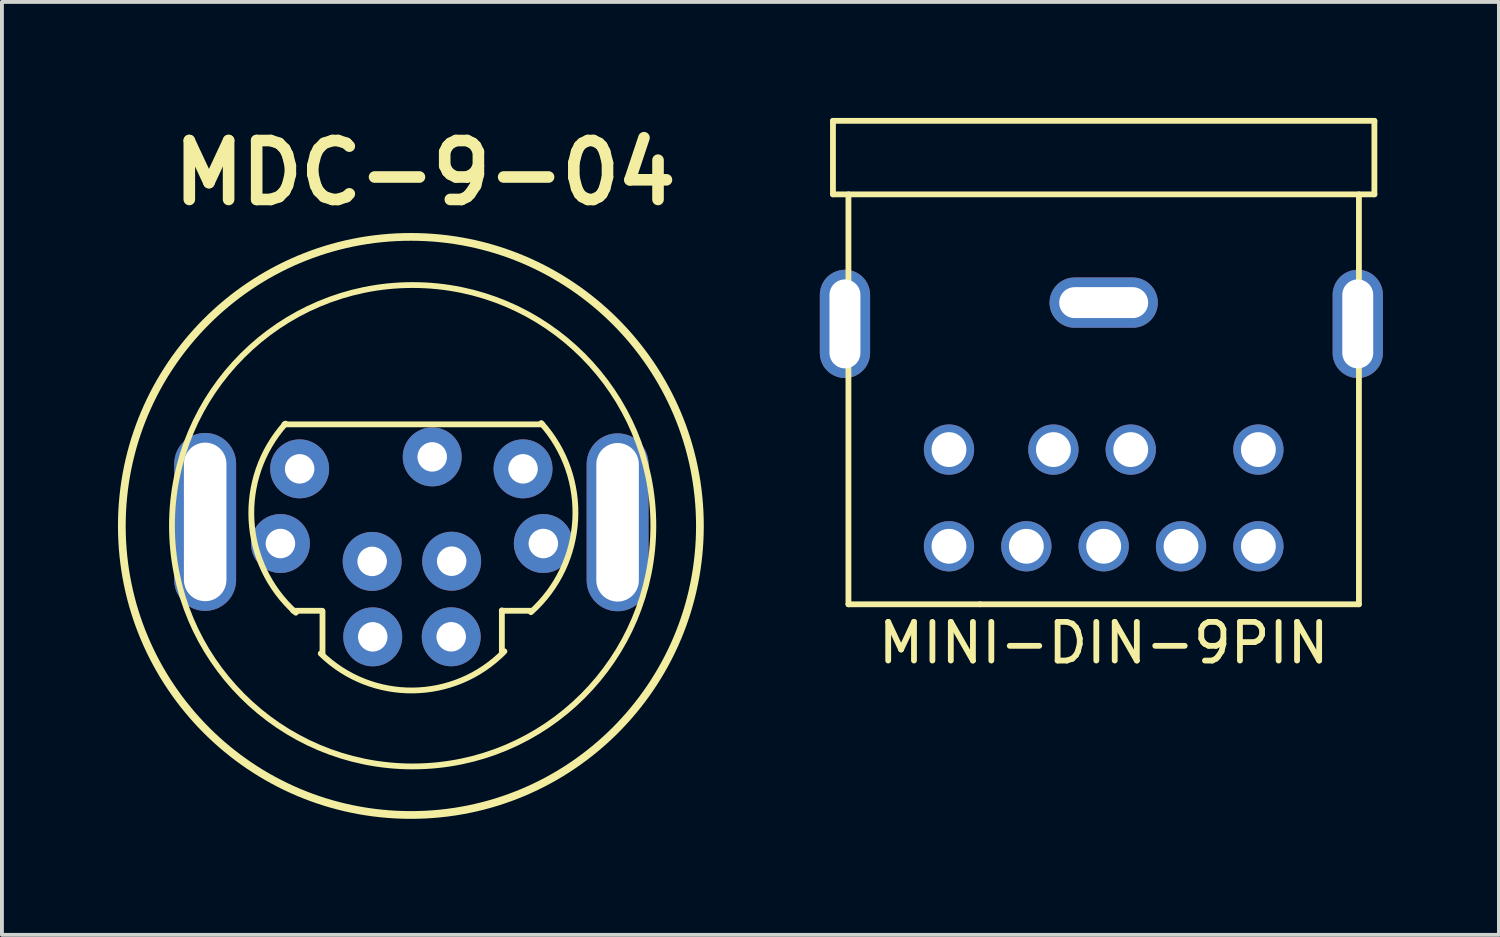
<source format=kicad_pcb>
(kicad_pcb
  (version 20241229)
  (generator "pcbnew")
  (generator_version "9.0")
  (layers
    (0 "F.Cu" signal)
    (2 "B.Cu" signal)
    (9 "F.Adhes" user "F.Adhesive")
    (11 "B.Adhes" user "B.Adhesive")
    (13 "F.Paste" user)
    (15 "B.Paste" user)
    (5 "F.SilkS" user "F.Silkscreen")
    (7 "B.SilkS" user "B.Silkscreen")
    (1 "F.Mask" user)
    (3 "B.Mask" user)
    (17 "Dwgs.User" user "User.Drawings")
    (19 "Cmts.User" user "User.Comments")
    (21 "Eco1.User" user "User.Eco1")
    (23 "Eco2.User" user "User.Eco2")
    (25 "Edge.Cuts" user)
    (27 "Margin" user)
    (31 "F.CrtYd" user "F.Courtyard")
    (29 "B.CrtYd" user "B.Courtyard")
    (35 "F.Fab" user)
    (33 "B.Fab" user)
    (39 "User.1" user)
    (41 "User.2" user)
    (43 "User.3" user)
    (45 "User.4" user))
  (footprint "MINI-DIN-9PIN"
    (layer "F.Cu")
    (at 25.488 11.075)
    (property "Reference" "MINI-DIN-9PIN" (at 0 2.5 0) (layer "F.SilkS") (effects (font (size 1 1) (thickness 0.15))))
    (attr through_hole)
    (fp_line (start -7 -11) (end 7 -11) (stroke (width 0.15) (type solid)) (layer "F.SilkS"))
    (fp_line (start -7 -9.1) (end -7 -11) (stroke (width 0.15) (type solid)) (layer "F.SilkS"))
    (fp_line (start -7 -9.1) (end 7 -9.1) (stroke (width 0.15) (type solid)) (layer "F.SilkS"))
    (fp_line (start -6.6 -9.1) (end -6.6 1.5) (stroke (width 0.15) (type solid)) (layer "F.SilkS"))
    (fp_line (start -3.2 1.5) (end -6.6 1.5) (stroke (width 0.15) (type solid)) (layer "F.SilkS"))
    (fp_line (start 6.6 -9.1) (end 6.6 1.5) (stroke (width 0.15) (type solid)) (layer "F.SilkS"))
    (fp_line (start 6.6 1.5) (end -3.2 1.5) (stroke (width 0.15) (type solid)) (layer "F.SilkS"))
    (fp_line (start 7 -9.1) (end 7 -11) (stroke (width 0.15) (type solid)) (layer "F.SilkS"))
    (pad "1" thru_hole circle (at -1.3 -2.5) (size 1.3 1.3) (drill 0.9) (layers "*.Cu" "*.Mask"))
    (pad "2" thru_hole circle (at 0.7 -2.5) (size 1.3 1.3) (drill 0.9) (layers "*.Cu" "*.Mask"))
    (pad "3" thru_hole circle (at -4 -2.5) (size 1.3 1.3) (drill 0.9) (layers "*.Cu" "*.Mask"))
    (pad "4" thru_hole circle (at -2 0) (size 1.3 1.3) (drill 0.9) (layers "*.Cu" "*.Mask"))
    (pad "5" thru_hole circle (at 0 0) (size 1.3 1.3) (drill 0.9) (layers "*.Cu" "*.Mask"))
    (pad "6" thru_hole circle (at 4 -2.5) (size 1.3 1.3) (drill 0.9) (layers "*.Cu" "*.Mask"))
    (pad "7" thru_hole circle (at -4 0) (size 1.3 1.3) (drill 0.9) (layers "*.Cu" "*.Mask"))
    (pad "8" thru_hole circle (at 2 0) (size 1.3 1.3) (drill 0.9) (layers "*.Cu" "*.Mask"))
    (pad "9" thru_hole circle (at 4 0) (size 1.3 1.3) (drill 0.9) (layers "*.Cu" "*.Mask"))
    (pad "SH" thru_hole oval (at -6.69 -5.75 90) (size 2.8 1.3) (drill oval 2.3 0.8) (layers "*.Cu" "*.Mask"))
    (pad "SH" thru_hole oval (at 0 -6.3) (size 2.8 1.3) (drill oval 2.3 0.8) (layers "*.Cu" "*.Mask"))
    (pad "SH" thru_hole oval (at 6.57 -5.75 90) (size 2.8 1.3) (drill oval 2.3 0.8) (layers "*.Cu" "*.Mask")))
  (footprint "MDC-9-04"
    (layer "F.Cu")
    (at 7.379 11.7)
    (property "Reference" "MDC-9-04" (at 0.562 -10.282 0) (layer "F.SilkS") (effects (font (size 1.524 1.524) (thickness 0.3))))
    (attr through_hole)
    (fp_line (start -3.076 -3.777) (end 3.591 -3.777) (stroke (width 0.15) (type solid)) (layer "F.SilkS"))
    (fp_line (start -2.847 1.043) (end -2.095 1.043) (stroke (width 0.15) (type solid)) (layer "F.SilkS"))
    (fp_line (start -2.09 1.061) (end -2.09 2.179) (stroke (width 0.15) (type solid)) (layer "F.SilkS"))
    (fp_line (start 2.545 1.043) (end 3.297 1.043) (stroke (width 0.15) (type solid)) (layer "F.SilkS"))
    (fp_line (start 2.548 1.033) (end 2.548 2.151) (stroke (width 0.15) (type solid)) (layer "F.SilkS"))
    (fp_arc (start -2.78 1.093) (mid -3.926045 -1.296202) (end -3.047 -3.796) (stroke (width 0.15) (type solid)) (layer "F.SilkS"))
    (fp_arc (start 2.614 2.092) (mid 0.250598 3.103757) (end -2.136 2.148) (stroke (width 0.15) (type solid)) (layer "F.SilkS"))
    (fp_arc (start 3.566 -3.81) (mid 4.445045 -1.310202) (end 3.299 1.079) (stroke (width 0.15) (type solid)) (layer "F.SilkS"))
    (fp_circle (center 0.195 -1.151) (end 3.573 5.516) (stroke (width 0.2) (type solid)) (fill no) (layer "F.SilkS"))
    (fp_circle (center 0.241 -1.156) (end 3.975 3.823) (stroke (width 0.15) (type solid)) (fill no) (layer "F.SilkS"))
    (pad "" thru_hole oval (at -5.124 -1.255) (size 1.6 4.6) (drill oval 1.1 4.1) (layers "*.Cu" "*.Mask"))
    (pad "" thru_hole oval (at 5.54 -1.245) (size 1.6 4.6) (drill oval 1.1 4.1) (layers "*.Cu" "*.Mask"))
    (pad "1" thru_hole circle (at 1.238 1.716) (size 1.524 1.524) (drill 0.762) (layers "*.Cu" "*.Mask"))
    (pad "2" thru_hole circle (at -0.791 1.717) (size 1.524 1.524) (drill 0.762) (layers "*.Cu" "*.Mask"))
    (pad "3" thru_hole circle (at 3.62 -0.696) (size 1.524 1.524) (drill 0.762) (layers "*.Cu" "*.Mask"))
    (pad "4" thru_hole circle (at 1.25 -0.239) (size 1.524 1.524) (drill 0.762) (layers "*.Cu" "*.Mask"))
    (pad "5" thru_hole circle (at -0.806 -0.234) (size 1.524 1.524) (drill 0.762) (layers "*.Cu" "*.Mask"))
    (pad "6" thru_hole circle (at -3.178 -0.696) (size 1.524 1.524) (drill 0.762) (layers "*.Cu" "*.Mask"))
    (pad "7" thru_hole circle (at 3.095 -2.627) (size 1.524 1.524) (drill 0.762) (layers "*.Cu" "*.Mask"))
    (pad "8" thru_hole circle (at 0.747 -2.936) (size 1.524 1.524) (drill 0.762) (layers "*.Cu" "*.Mask"))
    (pad "9" thru_hole circle (at -2.681 -2.627) (size 1.524 1.524) (drill 0.762) (layers "*.Cu" "*.Mask")))
  (gr_rect
    (start -3 -3)
    (end 35.708 21.123)
    (stroke (width 0.1) (type default))
    (fill no)
    (layer "Edge.Cuts")))
</source>
